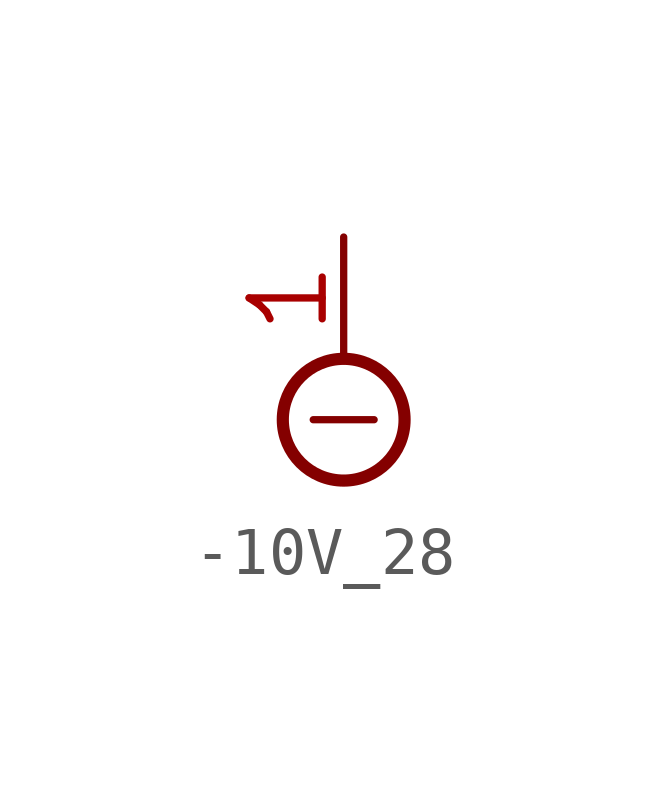
<source format=kicad_sym>
(kicad_symbol_lib
  (version 20241209)
  (generator "kicad_symbol_editor")
  (generator_version "9.0")
  (symbol "-10V_28"
    (power)
    (property "Reference" "#SUPPLY"
      (at 0 0 0)
      (effects (font (size 1.27 1.27)) (hide yes)))
    (property "ki_locked" ""
      (at 0 0 0)
      (effects (font (size 1.27 1.27))))
    (symbol "-10V_28_1_0"
      (polyline (pts (xy -0.635 0) (xy 0.635 0)) (stroke (width 0.152) (type solid)) (fill (type none)))
      (circle (center 0 0) (radius 1.27) (stroke (width 0.254) (type solid)) (fill (type none)))
      (pin power_in line (at 0 3.81 270) (length 2.54) (name "-10V" (effects (font (size 0 0)))) (number "1" (effects (font (size 1.524 1.524))))))))
</source>
